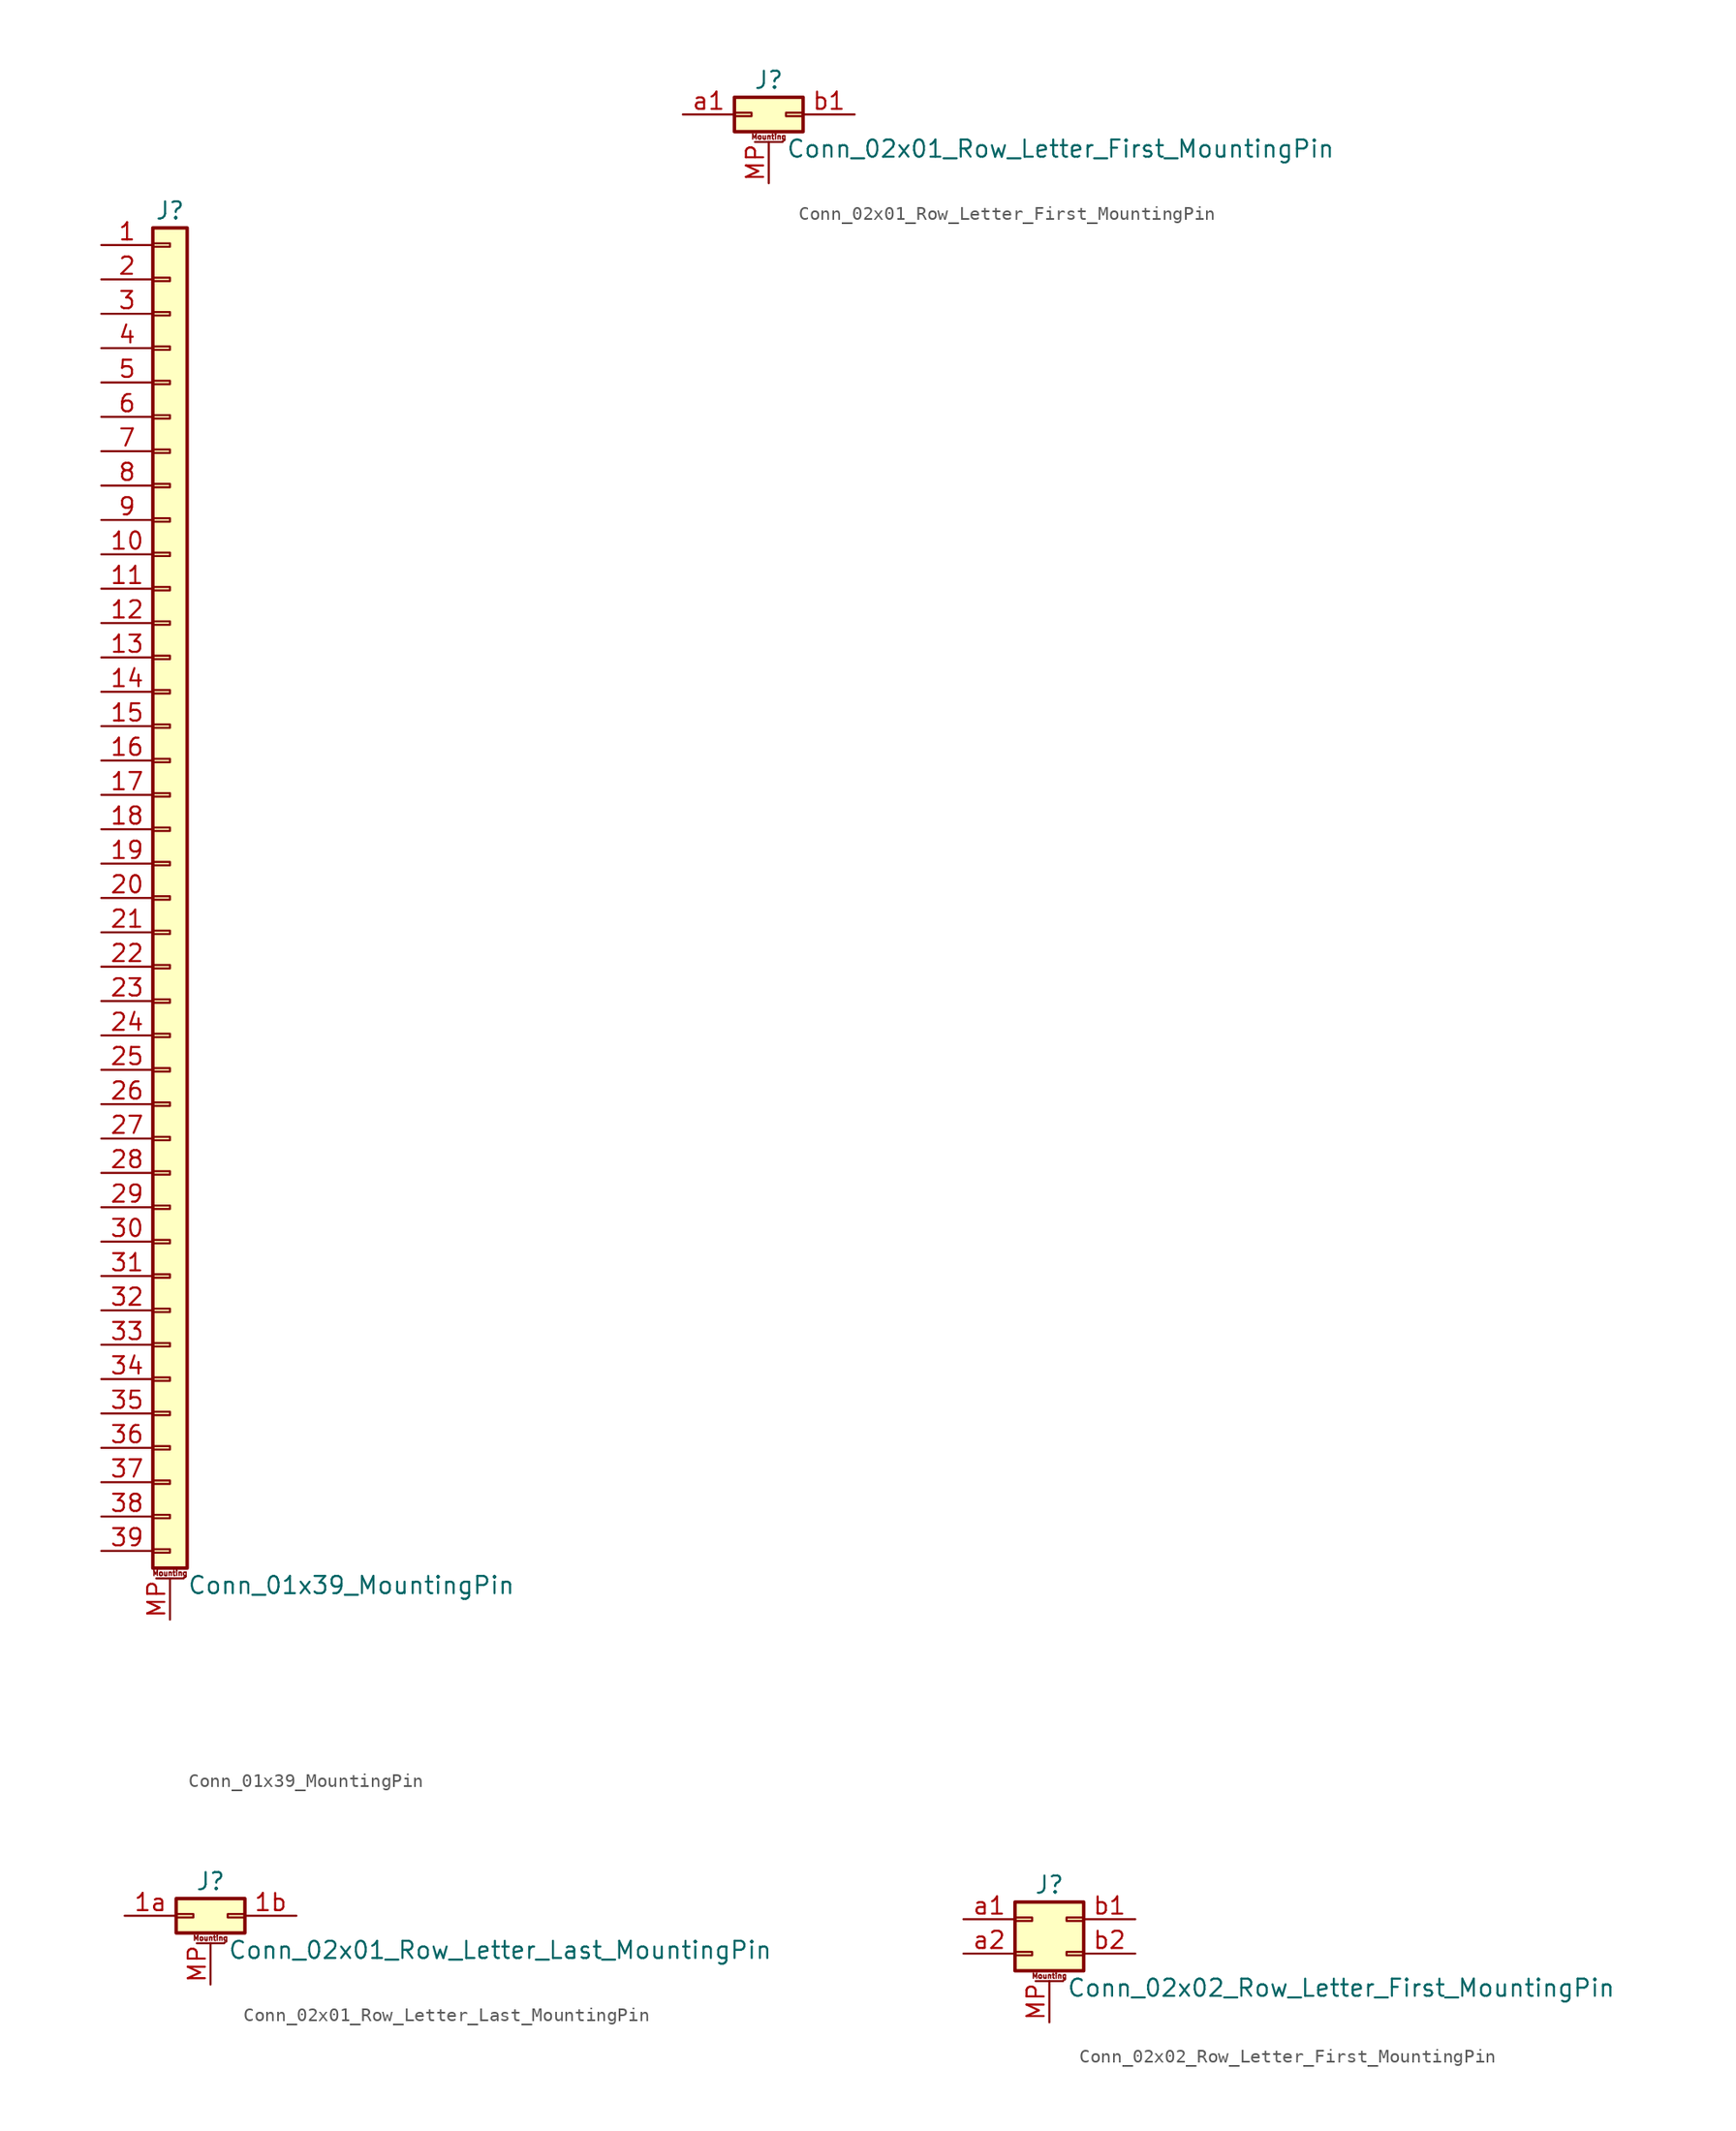
<source format=kicad_sym>
(kicad_symbol_lib
  (version 20220914)
  (generator kicad_symbol_editor)
  (symbol "Conn_01x39_MountingPin"
    (pin_names
      (offset 1.016) hide)
    (property "Reference" "J"
      (at 0 50.8 0)
      (effects (font (size 1.27 1.27))))
    (property "Value" "Conn_01x39_MountingPin"
      (at 1.27 -50.8 0)
      (effects (font (size 1.27 1.27)) (justify left)))
    (symbol "Conn_01x39_MountingPin_1_1"
      (rectangle (start -1.27 -48.133) (end 0 -48.387) (stroke (width 0.152) (type default)) (fill (type none)))
      (rectangle (start -1.27 -45.593) (end 0 -45.847) (stroke (width 0.152) (type default)) (fill (type none)))
      (rectangle (start -1.27 -43.053) (end 0 -43.307) (stroke (width 0.152) (type default)) (fill (type none)))
      (rectangle (start -1.27 -40.513) (end 0 -40.767) (stroke (width 0.152) (type default)) (fill (type none)))
      (rectangle (start -1.27 -37.973) (end 0 -38.227) (stroke (width 0.152) (type default)) (fill (type none)))
      (rectangle (start -1.27 -35.433) (end 0 -35.687) (stroke (width 0.152) (type default)) (fill (type none)))
      (rectangle (start -1.27 -32.893) (end 0 -33.147) (stroke (width 0.152) (type default)) (fill (type none)))
      (rectangle (start -1.27 -30.353) (end 0 -30.607) (stroke (width 0.152) (type default)) (fill (type none)))
      (rectangle (start -1.27 -27.813) (end 0 -28.067) (stroke (width 0.152) (type default)) (fill (type none)))
      (rectangle (start -1.27 -25.273) (end 0 -25.527) (stroke (width 0.152) (type default)) (fill (type none)))
      (rectangle (start -1.27 -22.733) (end 0 -22.987) (stroke (width 0.152) (type default)) (fill (type none)))
      (rectangle (start -1.27 -20.193) (end 0 -20.447) (stroke (width 0.152) (type default)) (fill (type none)))
      (rectangle (start -1.27 -17.653) (end 0 -17.907) (stroke (width 0.152) (type default)) (fill (type none)))
      (rectangle (start -1.27 -15.113) (end 0 -15.367) (stroke (width 0.152) (type default)) (fill (type none)))
      (rectangle (start -1.27 -12.573) (end 0 -12.827) (stroke (width 0.152) (type default)) (fill (type none)))
      (rectangle (start -1.27 -10.033) (end 0 -10.287) (stroke (width 0.152) (type default)) (fill (type none)))
      (rectangle (start -1.27 -7.493) (end 0 -7.747) (stroke (width 0.152) (type default)) (fill (type none)))
      (rectangle (start -1.27 -4.953) (end 0 -5.207) (stroke (width 0.152) (type default)) (fill (type none)))
      (rectangle (start -1.27 -2.413) (end 0 -2.667) (stroke (width 0.152) (type default)) (fill (type none)))
      (rectangle (start -1.27 0.127) (end 0 -0.127) (stroke (width 0.152) (type default)) (fill (type none)))
      (rectangle (start -1.27 2.667) (end 0 2.413) (stroke (width 0.152) (type default)) (fill (type none)))
      (rectangle (start -1.27 5.207) (end 0 4.953) (stroke (width 0.152) (type default)) (fill (type none)))
      (rectangle (start -1.27 7.747) (end 0 7.493) (stroke (width 0.152) (type default)) (fill (type none)))
      (rectangle (start -1.27 10.287) (end 0 10.033) (stroke (width 0.152) (type default)) (fill (type none)))
      (rectangle (start -1.27 12.827) (end 0 12.573) (stroke (width 0.152) (type default)) (fill (type none)))
      (rectangle (start -1.27 15.367) (end 0 15.113) (stroke (width 0.152) (type default)) (fill (type none)))
      (rectangle (start -1.27 17.907) (end 0 17.653) (stroke (width 0.152) (type default)) (fill (type none)))
      (rectangle (start -1.27 20.447) (end 0 20.193) (stroke (width 0.152) (type default)) (fill (type none)))
      (rectangle (start -1.27 22.987) (end 0 22.733) (stroke (width 0.152) (type default)) (fill (type none)))
      (rectangle (start -1.27 25.527) (end 0 25.273) (stroke (width 0.152) (type default)) (fill (type none)))
      (rectangle (start -1.27 28.067) (end 0 27.813) (stroke (width 0.152) (type default)) (fill (type none)))
      (rectangle (start -1.27 30.607) (end 0 30.353) (stroke (width 0.152) (type default)) (fill (type none)))
      (rectangle (start -1.27 33.147) (end 0 32.893) (stroke (width 0.152) (type default)) (fill (type none)))
      (rectangle (start -1.27 35.687) (end 0 35.433) (stroke (width 0.152) (type default)) (fill (type none)))
      (rectangle (start -1.27 38.227) (end 0 37.973) (stroke (width 0.152) (type default)) (fill (type none)))
      (rectangle (start -1.27 40.767) (end 0 40.513) (stroke (width 0.152) (type default)) (fill (type none)))
      (rectangle (start -1.27 43.307) (end 0 43.053) (stroke (width 0.152) (type default)) (fill (type none)))
      (rectangle (start -1.27 45.847) (end 0 45.593) (stroke (width 0.152) (type default)) (fill (type none)))
      (rectangle (start -1.27 48.387) (end 0 48.133) (stroke (width 0.152) (type default)) (fill (type none)))
      (rectangle (start -1.27 49.53) (end 1.27 -49.53) (stroke (width 0.254) (type default)) (fill (type background)))
      (polyline (pts (xy -1.016 -50.292) (xy 1.016 -50.292)) (stroke (width 0.152) (type default)) (fill (type none)))
      (text "Mounting" (at 0 -49.911 0) (effects (font (size 0.381 0.381))))
      (pin passive line (at -5.08 48.26 0) (length 3.81) (name "Pin_1" (effects (font (size 1.27 1.27)))) (number "1" (effects (font (size 1.27 1.27)))))
      (pin passive line (at -5.08 25.4 0) (length 3.81) (name "Pin_10" (effects (font (size 1.27 1.27)))) (number "10" (effects (font (size 1.27 1.27)))))
      (pin passive line (at -5.08 22.86 0) (length 3.81) (name "Pin_11" (effects (font (size 1.27 1.27)))) (number "11" (effects (font (size 1.27 1.27)))))
      (pin passive line (at -5.08 20.32 0) (length 3.81) (name "Pin_12" (effects (font (size 1.27 1.27)))) (number "12" (effects (font (size 1.27 1.27)))))
      (pin passive line (at -5.08 17.78 0) (length 3.81) (name "Pin_13" (effects (font (size 1.27 1.27)))) (number "13" (effects (font (size 1.27 1.27)))))
      (pin passive line (at -5.08 15.24 0) (length 3.81) (name "Pin_14" (effects (font (size 1.27 1.27)))) (number "14" (effects (font (size 1.27 1.27)))))
      (pin passive line (at -5.08 12.7 0) (length 3.81) (name "Pin_15" (effects (font (size 1.27 1.27)))) (number "15" (effects (font (size 1.27 1.27)))))
      (pin passive line (at -5.08 10.16 0) (length 3.81) (name "Pin_16" (effects (font (size 1.27 1.27)))) (number "16" (effects (font (size 1.27 1.27)))))
      (pin passive line (at -5.08 7.62 0) (length 3.81) (name "Pin_17" (effects (font (size 1.27 1.27)))) (number "17" (effects (font (size 1.27 1.27)))))
      (pin passive line (at -5.08 5.08 0) (length 3.81) (name "Pin_18" (effects (font (size 1.27 1.27)))) (number "18" (effects (font (size 1.27 1.27)))))
      (pin passive line (at -5.08 2.54 0) (length 3.81) (name "Pin_19" (effects (font (size 1.27 1.27)))) (number "19" (effects (font (size 1.27 1.27)))))
      (pin passive line (at -5.08 45.72 0) (length 3.81) (name "Pin_2" (effects (font (size 1.27 1.27)))) (number "2" (effects (font (size 1.27 1.27)))))
      (pin passive line (at -5.08 0 0) (length 3.81) (name "Pin_20" (effects (font (size 1.27 1.27)))) (number "20" (effects (font (size 1.27 1.27)))))
      (pin passive line (at -5.08 -2.54 0) (length 3.81) (name "Pin_21" (effects (font (size 1.27 1.27)))) (number "21" (effects (font (size 1.27 1.27)))))
      (pin passive line (at -5.08 -5.08 0) (length 3.81) (name "Pin_22" (effects (font (size 1.27 1.27)))) (number "22" (effects (font (size 1.27 1.27)))))
      (pin passive line (at -5.08 -7.62 0) (length 3.81) (name "Pin_23" (effects (font (size 1.27 1.27)))) (number "23" (effects (font (size 1.27 1.27)))))
      (pin passive line (at -5.08 -10.16 0) (length 3.81) (name "Pin_24" (effects (font (size 1.27 1.27)))) (number "24" (effects (font (size 1.27 1.27)))))
      (pin passive line (at -5.08 -12.7 0) (length 3.81) (name "Pin_25" (effects (font (size 1.27 1.27)))) (number "25" (effects (font (size 1.27 1.27)))))
      (pin passive line (at -5.08 -15.24 0) (length 3.81) (name "Pin_26" (effects (font (size 1.27 1.27)))) (number "26" (effects (font (size 1.27 1.27)))))
      (pin passive line (at -5.08 -17.78 0) (length 3.81) (name "Pin_27" (effects (font (size 1.27 1.27)))) (number "27" (effects (font (size 1.27 1.27)))))
      (pin passive line (at -5.08 -20.32 0) (length 3.81) (name "Pin_28" (effects (font (size 1.27 1.27)))) (number "28" (effects (font (size 1.27 1.27)))))
      (pin passive line (at -5.08 -22.86 0) (length 3.81) (name "Pin_29" (effects (font (size 1.27 1.27)))) (number "29" (effects (font (size 1.27 1.27)))))
      (pin passive line (at -5.08 43.18 0) (length 3.81) (name "Pin_3" (effects (font (size 1.27 1.27)))) (number "3" (effects (font (size 1.27 1.27)))))
      (pin passive line (at -5.08 -25.4 0) (length 3.81) (name "Pin_30" (effects (font (size 1.27 1.27)))) (number "30" (effects (font (size 1.27 1.27)))))
      (pin passive line (at -5.08 -27.94 0) (length 3.81) (name "Pin_31" (effects (font (size 1.27 1.27)))) (number "31" (effects (font (size 1.27 1.27)))))
      (pin passive line (at -5.08 -30.48 0) (length 3.81) (name "Pin_32" (effects (font (size 1.27 1.27)))) (number "32" (effects (font (size 1.27 1.27)))))
      (pin passive line (at -5.08 -33.02 0) (length 3.81) (name "Pin_33" (effects (font (size 1.27 1.27)))) (number "33" (effects (font (size 1.27 1.27)))))
      (pin passive line (at -5.08 -35.56 0) (length 3.81) (name "Pin_34" (effects (font (size 1.27 1.27)))) (number "34" (effects (font (size 1.27 1.27)))))
      (pin passive line (at -5.08 -38.1 0) (length 3.81) (name "Pin_35" (effects (font (size 1.27 1.27)))) (number "35" (effects (font (size 1.27 1.27)))))
      (pin passive line (at -5.08 -40.64 0) (length 3.81) (name "Pin_36" (effects (font (size 1.27 1.27)))) (number "36" (effects (font (size 1.27 1.27)))))
      (pin passive line (at -5.08 -43.18 0) (length 3.81) (name "Pin_37" (effects (font (size 1.27 1.27)))) (number "37" (effects (font (size 1.27 1.27)))))
      (pin passive line (at -5.08 -45.72 0) (length 3.81) (name "Pin_38" (effects (font (size 1.27 1.27)))) (number "38" (effects (font (size 1.27 1.27)))))
      (pin passive line (at -5.08 -48.26 0) (length 3.81) (name "Pin_39" (effects (font (size 1.27 1.27)))) (number "39" (effects (font (size 1.27 1.27)))))
      (pin passive line (at -5.08 40.64 0) (length 3.81) (name "Pin_4" (effects (font (size 1.27 1.27)))) (number "4" (effects (font (size 1.27 1.27)))))
      (pin passive line (at -5.08 38.1 0) (length 3.81) (name "Pin_5" (effects (font (size 1.27 1.27)))) (number "5" (effects (font (size 1.27 1.27)))))
      (pin passive line (at -5.08 35.56 0) (length 3.81) (name "Pin_6" (effects (font (size 1.27 1.27)))) (number "6" (effects (font (size 1.27 1.27)))))
      (pin passive line (at -5.08 33.02 0) (length 3.81) (name "Pin_7" (effects (font (size 1.27 1.27)))) (number "7" (effects (font (size 1.27 1.27)))))
      (pin passive line (at -5.08 30.48 0) (length 3.81) (name "Pin_8" (effects (font (size 1.27 1.27)))) (number "8" (effects (font (size 1.27 1.27)))))
      (pin passive line (at -5.08 27.94 0) (length 3.81) (name "Pin_9" (effects (font (size 1.27 1.27)))) (number "9" (effects (font (size 1.27 1.27)))))
      (pin passive line (at 0 -53.34 90) (length 3.048) (name "MountPin" (effects (font (size 1.27 1.27)))) (number "MP" (effects (font (size 1.27 1.27)))))))
  (symbol "Conn_02x01_Row_Letter_First_MountingPin"
    (pin_names
      (offset 1.016) hide)
    (property "Reference" "J"
      (at 1.27 2.54 0)
      (effects (font (size 1.27 1.27))))
    (property "Value" "Conn_02x01_Row_Letter_First_MountingPin"
      (at 2.54 -2.54 0)
      (effects (font (size 1.27 1.27)) (justify left)))
    (symbol "Conn_02x01_Row_Letter_First_MountingPin_1_1"
      (rectangle (start -1.27 0.127) (end 0 -0.127) (stroke (width 0.152) (type default)) (fill (type none)))
      (rectangle (start -1.27 1.27) (end 3.81 -1.27) (stroke (width 0.254) (type default)) (fill (type background)))
      (polyline (pts (xy 0.254 -2.032) (xy 2.286 -2.032)) (stroke (width 0.152) (type default)) (fill (type none)))
      (rectangle (start 3.81 0.127) (end 2.54 -0.127) (stroke (width 0.152) (type default)) (fill (type none)))
      (text "Mounting" (at 1.27 -1.651 0) (effects (font (size 0.381 0.381))))
      (pin passive line (at 1.27 -5.08 90) (length 3.048) (name "MountPin" (effects (font (size 1.27 1.27)))) (number "MP" (effects (font (size 1.27 1.27)))))
      (pin passive line (at -5.08 0 0) (length 3.81) (name "Pin_a1" (effects (font (size 1.27 1.27)))) (number "a1" (effects (font (size 1.27 1.27)))))
      (pin passive line (at 7.62 0 180) (length 3.81) (name "Pin_b1" (effects (font (size 1.27 1.27)))) (number "b1" (effects (font (size 1.27 1.27)))))))
  (symbol "Conn_02x01_Row_Letter_Last_MountingPin"
    (pin_names
      (offset 1.016) hide)
    (property "Reference" "J"
      (at 1.27 2.54 0)
      (effects (font (size 1.27 1.27))))
    (property "Value" "Conn_02x01_Row_Letter_Last_MountingPin"
      (at 2.54 -2.54 0)
      (effects (font (size 1.27 1.27)) (justify left)))
    (symbol "Conn_02x01_Row_Letter_Last_MountingPin_1_1"
      (rectangle (start -1.27 0.127) (end 0 -0.127) (stroke (width 0.152) (type default)) (fill (type none)))
      (rectangle (start -1.27 1.27) (end 3.81 -1.27) (stroke (width 0.254) (type default)) (fill (type background)))
      (polyline (pts (xy 0.254 -2.032) (xy 2.286 -2.032)) (stroke (width 0.152) (type default)) (fill (type none)))
      (rectangle (start 3.81 0.127) (end 2.54 -0.127) (stroke (width 0.152) (type default)) (fill (type none)))
      (text "Mounting" (at 1.27 -1.651 0) (effects (font (size 0.381 0.381))))
      (pin passive line (at -5.08 0 0) (length 3.81) (name "Pin_1a" (effects (font (size 1.27 1.27)))) (number "1a" (effects (font (size 1.27 1.27)))))
      (pin passive line (at 7.62 0 180) (length 3.81) (name "Pin_1b" (effects (font (size 1.27 1.27)))) (number "1b" (effects (font (size 1.27 1.27)))))
      (pin passive line (at 1.27 -5.08 90) (length 3.048) (name "MountPin" (effects (font (size 1.27 1.27)))) (number "MP" (effects (font (size 1.27 1.27)))))))
  (symbol "Conn_02x02_Row_Letter_First_MountingPin"
    (pin_names
      (offset 1.016) hide)
    (property "Reference" "J"
      (at 1.27 2.54 0)
      (effects (font (size 1.27 1.27))))
    (property "Value" "Conn_02x02_Row_Letter_First_MountingPin"
      (at 2.54 -5.08 0)
      (effects (font (size 1.27 1.27)) (justify left)))
    (symbol "Conn_02x02_Row_Letter_First_MountingPin_1_1"
      (rectangle (start -1.27 -2.413) (end 0 -2.667) (stroke (width 0.152) (type default)) (fill (type none)))
      (rectangle (start -1.27 0.127) (end 0 -0.127) (stroke (width 0.152) (type default)) (fill (type none)))
      (rectangle (start -1.27 1.27) (end 3.81 -3.81) (stroke (width 0.254) (type default)) (fill (type background)))
      (polyline (pts (xy 0.254 -4.572) (xy 2.286 -4.572)) (stroke (width 0.152) (type default)) (fill (type none)))
      (rectangle (start 3.81 -2.413) (end 2.54 -2.667) (stroke (width 0.152) (type default)) (fill (type none)))
      (rectangle (start 3.81 0.127) (end 2.54 -0.127) (stroke (width 0.152) (type default)) (fill (type none)))
      (text "Mounting" (at 1.27 -4.191 0) (effects (font (size 0.381 0.381))))
      (pin passive line (at 1.27 -7.62 90) (length 3.048) (name "MountPin" (effects (font (size 1.27 1.27)))) (number "MP" (effects (font (size 1.27 1.27)))))
      (pin passive line (at -5.08 0 0) (length 3.81) (name "Pin_a1" (effects (font (size 1.27 1.27)))) (number "a1" (effects (font (size 1.27 1.27)))))
      (pin passive line (at -5.08 -2.54 0) (length 3.81) (name "Pin_a2" (effects (font (size 1.27 1.27)))) (number "a2" (effects (font (size 1.27 1.27)))))
      (pin passive line (at 7.62 0 180) (length 3.81) (name "Pin_b1" (effects (font (size 1.27 1.27)))) (number "b1" (effects (font (size 1.27 1.27)))))
      (pin passive line (at 7.62 -2.54 180) (length 3.81) (name "Pin_b2" (effects (font (size 1.27 1.27)))) (number "b2" (effects (font (size 1.27 1.27))))))))
</source>
